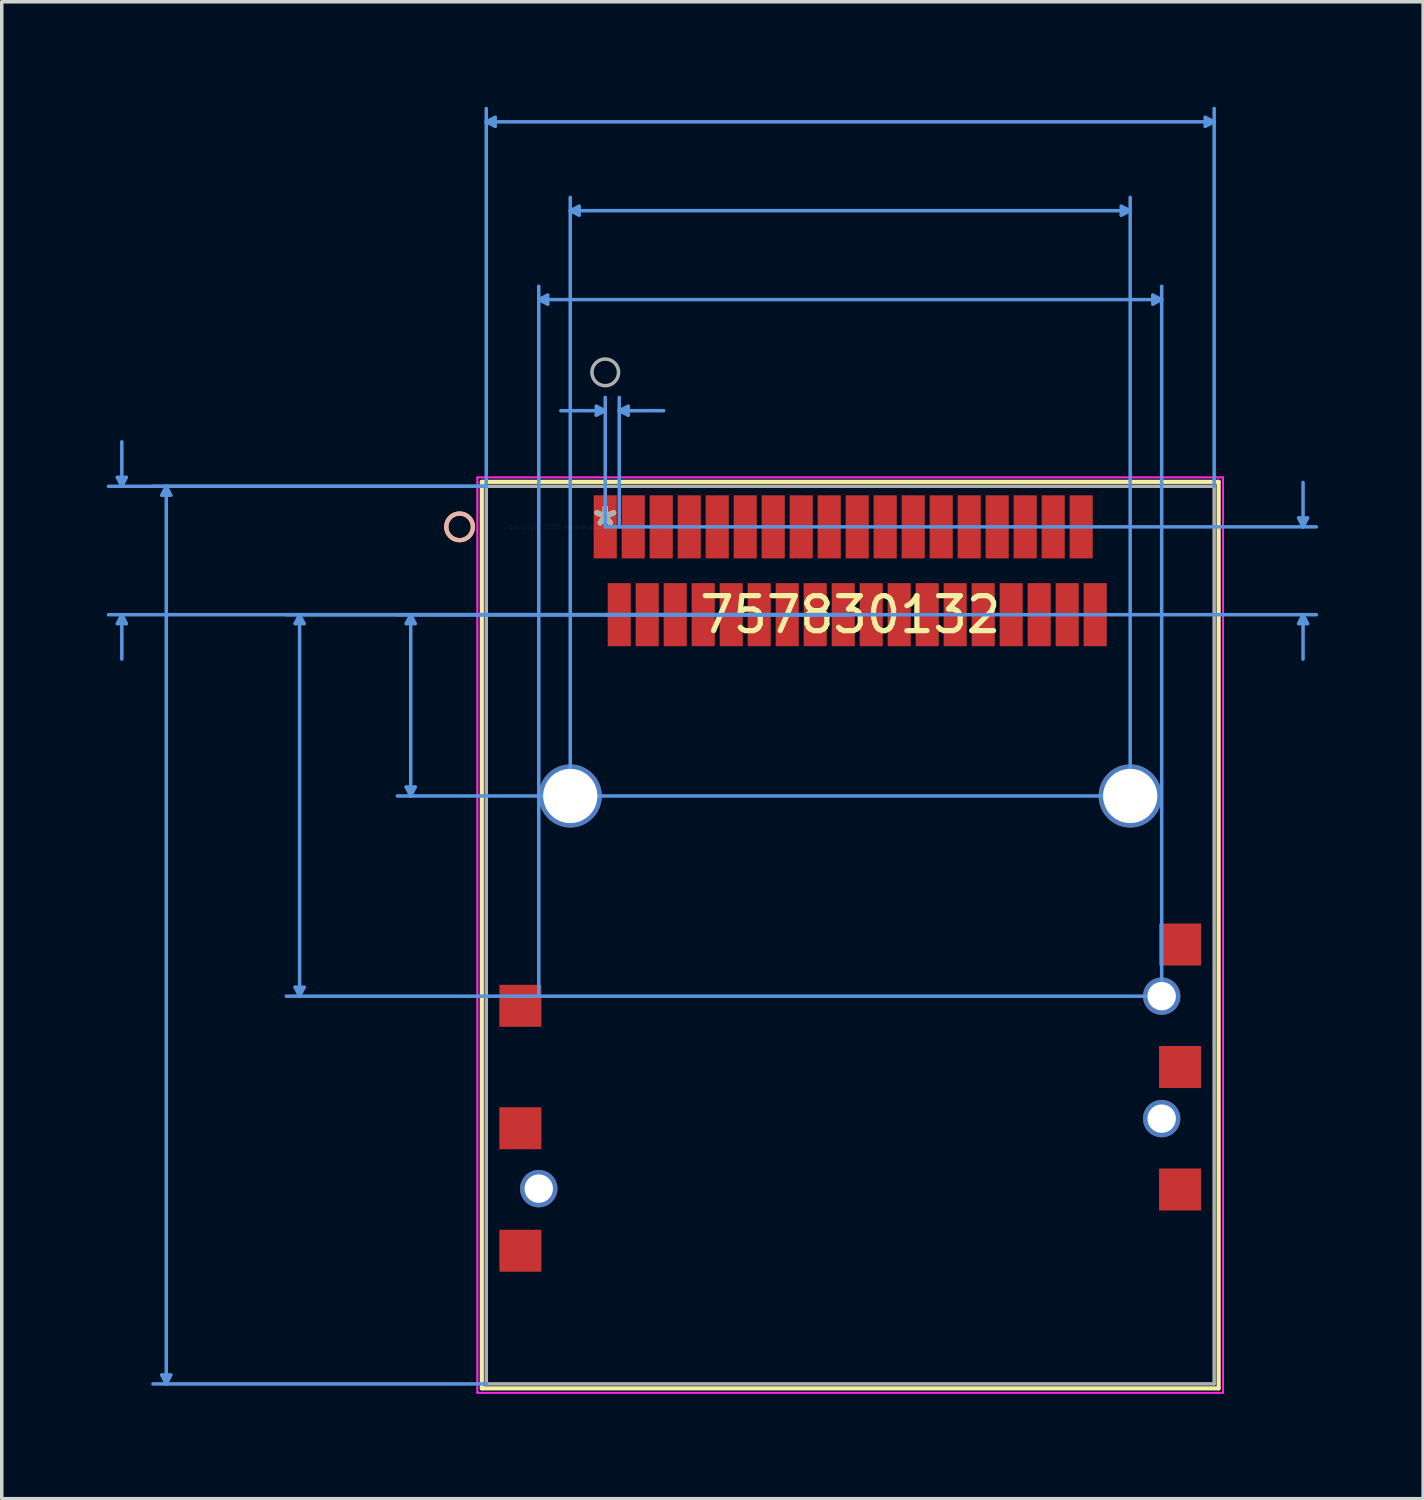
<source format=kicad_pcb>
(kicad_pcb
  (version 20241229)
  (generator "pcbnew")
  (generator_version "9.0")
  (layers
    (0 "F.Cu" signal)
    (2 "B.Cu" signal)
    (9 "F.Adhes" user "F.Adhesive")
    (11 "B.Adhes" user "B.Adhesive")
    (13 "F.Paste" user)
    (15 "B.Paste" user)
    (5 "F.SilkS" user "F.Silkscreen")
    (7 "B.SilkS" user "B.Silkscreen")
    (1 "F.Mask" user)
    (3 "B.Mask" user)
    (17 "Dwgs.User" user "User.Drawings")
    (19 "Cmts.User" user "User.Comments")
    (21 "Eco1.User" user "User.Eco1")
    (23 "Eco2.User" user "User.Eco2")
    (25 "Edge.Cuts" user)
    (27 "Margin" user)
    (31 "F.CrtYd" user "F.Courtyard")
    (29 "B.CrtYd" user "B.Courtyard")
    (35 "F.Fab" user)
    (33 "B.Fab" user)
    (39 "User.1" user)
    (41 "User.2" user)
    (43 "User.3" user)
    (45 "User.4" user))
  (footprint "757830132"
    (layer "F.Cu")
    (at 14.245 12.005)
    (property "Reference" "757830132" (at 7 2.51 0) (layer "F.SilkS") (effects (font (size 1 1) (thickness 0.15))))
    (attr through_hole)
    (fp_line (start -3.527 -1.287) (end -3.527 24.617) (stroke (width 0.12) (type solid)) (layer "F.SilkS"))
    (fp_line (start -3.527 24.617) (end 17.527 24.617) (stroke (width 0.12) (type solid)) (layer "F.SilkS"))
    (fp_line (start 17.527 -1.287) (end -3.527 -1.287) (stroke (width 0.12) (type solid)) (layer "F.SilkS"))
    (fp_line (start 17.527 24.617) (end 17.527 -1.287) (stroke (width 0.12) (type solid)) (layer "F.SilkS"))
    (fp_circle (center -4.162 0) (end -3.781 0) (stroke (width 0.12) (type solid)) (fill no) (layer "F.SilkS"))
    (fp_circle (center -4.162 0) (end -3.781 0) (stroke (width 0.12) (type solid)) (fill no) (layer "B.SilkS"))
    (fp_line (start -13.941 -1.414) (end -13.687 -1.414) (stroke (width 0.1) (type solid)) (layer "Cmts.User"))
    (fp_line (start -13.941 2.764) (end -13.687 2.764) (stroke (width 0.1) (type solid)) (layer "Cmts.User"))
    (fp_line (start -13.814 -1.16) (end -13.941 -1.414) (stroke (width 0.1) (type solid)) (layer "Cmts.User"))
    (fp_line (start -13.814 -1.16) (end -13.814 -2.43) (stroke (width 0.1) (type solid)) (layer "Cmts.User"))
    (fp_line (start -13.814 -1.16) (end -13.687 -1.414) (stroke (width 0.1) (type solid)) (layer "Cmts.User"))
    (fp_line (start -13.814 2.51) (end -13.941 2.764) (stroke (width 0.1) (type solid)) (layer "Cmts.User"))
    (fp_line (start -13.814 2.51) (end -13.814 3.78) (stroke (width 0.1) (type solid)) (layer "Cmts.User"))
    (fp_line (start -13.814 2.51) (end -13.687 2.764) (stroke (width 0.1) (type solid)) (layer "Cmts.User"))
    (fp_line (start -12.671 -0.906) (end -12.417 -0.906) (stroke (width 0.1) (type solid)) (layer "Cmts.User"))
    (fp_line (start -12.671 24.236) (end -12.417 24.236) (stroke (width 0.1) (type solid)) (layer "Cmts.User"))
    (fp_line (start -12.544 -1.16) (end -12.671 -0.906) (stroke (width 0.1) (type solid)) (layer "Cmts.User"))
    (fp_line (start -12.544 -1.16) (end -12.544 24.49) (stroke (width 0.1) (type solid)) (layer "Cmts.User"))
    (fp_line (start -12.544 -1.16) (end -12.417 -0.906) (stroke (width 0.1) (type solid)) (layer "Cmts.User"))
    (fp_line (start -12.544 24.49) (end -12.671 24.236) (stroke (width 0.1) (type solid)) (layer "Cmts.User"))
    (fp_line (start -12.544 24.49) (end -12.417 24.236) (stroke (width 0.1) (type solid)) (layer "Cmts.User"))
    (fp_line (start -8.861 2.764) (end -8.607 2.764) (stroke (width 0.1) (type solid)) (layer "Cmts.User"))
    (fp_line (start -8.861 13.156) (end -8.607 13.156) (stroke (width 0.1) (type solid)) (layer "Cmts.User"))
    (fp_line (start -8.734 2.51) (end -8.861 2.764) (stroke (width 0.1) (type solid)) (layer "Cmts.User"))
    (fp_line (start -8.734 2.51) (end -8.734 13.41) (stroke (width 0.1) (type solid)) (layer "Cmts.User"))
    (fp_line (start -8.734 2.51) (end -8.607 2.764) (stroke (width 0.1) (type solid)) (layer "Cmts.User"))
    (fp_line (start -8.734 13.41) (end -8.861 13.156) (stroke (width 0.1) (type solid)) (layer "Cmts.User"))
    (fp_line (start -8.734 13.41) (end -8.607 13.156) (stroke (width 0.1) (type solid)) (layer "Cmts.User"))
    (fp_line (start -5.686 2.764) (end -5.432 2.764) (stroke (width 0.1) (type solid)) (layer "Cmts.User"))
    (fp_line (start -5.686 7.436) (end -5.432 7.436) (stroke (width 0.1) (type solid)) (layer "Cmts.User"))
    (fp_line (start -5.559 2.51) (end -5.686 2.764) (stroke (width 0.1) (type solid)) (layer "Cmts.User"))
    (fp_line (start -5.559 2.51) (end -5.559 7.69) (stroke (width 0.1) (type solid)) (layer "Cmts.User"))
    (fp_line (start -5.559 2.51) (end -5.432 2.764) (stroke (width 0.1) (type solid)) (layer "Cmts.User"))
    (fp_line (start -5.559 7.69) (end -5.686 7.436) (stroke (width 0.1) (type solid)) (layer "Cmts.User"))
    (fp_line (start -5.559 7.69) (end -5.432 7.436) (stroke (width 0.1) (type solid)) (layer "Cmts.User"))
    (fp_line (start -3.4 -11.574) (end -3.146 -11.701) (stroke (width 0.1) (type solid)) (layer "Cmts.User"))
    (fp_line (start -3.4 -11.574) (end -3.146 -11.447) (stroke (width 0.1) (type solid)) (layer "Cmts.User"))
    (fp_line (start -3.4 -11.574) (end 17.4 -11.574) (stroke (width 0.1) (type solid)) (layer "Cmts.User"))
    (fp_line (start -3.4 -1.16) (end -14.195 -1.16) (stroke (width 0.1) (type solid)) (layer "Cmts.User"))
    (fp_line (start -3.4 -1.16) (end -12.925 -1.16) (stroke (width 0.1) (type solid)) (layer "Cmts.User"))
    (fp_line (start -3.4 -1.16) (end -3.4 -11.955) (stroke (width 0.1) (type solid)) (layer "Cmts.User"))
    (fp_line (start -3.4 24.49) (end -12.925 24.49) (stroke (width 0.1) (type solid)) (layer "Cmts.User"))
    (fp_line (start -3.146 -11.701) (end -3.146 -11.447) (stroke (width 0.1) (type solid)) (layer "Cmts.User"))
    (fp_line (start -1.9 -6.494) (end -1.646 -6.621) (stroke (width 0.1) (type solid)) (layer "Cmts.User"))
    (fp_line (start -1.9 -6.494) (end -1.646 -6.367) (stroke (width 0.1) (type solid)) (layer "Cmts.User"))
    (fp_line (start -1.9 -6.494) (end 15.9 -6.494) (stroke (width 0.1) (type solid)) (layer "Cmts.User"))
    (fp_line (start -1.9 13.41) (end -1.9 -6.875) (stroke (width 0.1) (type solid)) (layer "Cmts.User"))
    (fp_line (start -1.646 -6.621) (end -1.646 -6.367) (stroke (width 0.1) (type solid)) (layer "Cmts.User"))
    (fp_line (start -1 -9.034) (end -0.746 -9.161) (stroke (width 0.1) (type solid)) (layer "Cmts.User"))
    (fp_line (start -1 -9.034) (end -0.746 -8.907) (stroke (width 0.1) (type solid)) (layer "Cmts.User"))
    (fp_line (start -1 -9.034) (end 15 -9.034) (stroke (width 0.1) (type solid)) (layer "Cmts.User"))
    (fp_line (start -1 7.69) (end -1 -9.415) (stroke (width 0.1) (type solid)) (layer "Cmts.User"))
    (fp_line (start -0.746 -9.161) (end -0.746 -8.907) (stroke (width 0.1) (type solid)) (layer "Cmts.User"))
    (fp_line (start -0.254 -3.446) (end -0.254 -3.192) (stroke (width 0.1) (type solid)) (layer "Cmts.User"))
    (fp_line (start 0 -3.319) (end -1.27 -3.319) (stroke (width 0.1) (type solid)) (layer "Cmts.User"))
    (fp_line (start 0 -3.319) (end -0.254 -3.446) (stroke (width 0.1) (type solid)) (layer "Cmts.User"))
    (fp_line (start 0 -3.319) (end -0.254 -3.192) (stroke (width 0.1) (type solid)) (layer "Cmts.User"))
    (fp_line (start 0 0) (end 0 -3.7) (stroke (width 0.1) (type solid)) (layer "Cmts.User"))
    (fp_line (start 0 0) (end 20.321 0) (stroke (width 0.1) (type solid)) (layer "Cmts.User"))
    (fp_line (start 0 2.51) (end 20.321 2.51) (stroke (width 0.1) (type solid)) (layer "Cmts.User"))
    (fp_line (start 0.4 -3.319) (end 0.654 -3.446) (stroke (width 0.1) (type solid)) (layer "Cmts.User"))
    (fp_line (start 0.4 -3.319) (end 0.654 -3.192) (stroke (width 0.1) (type solid)) (layer "Cmts.User"))
    (fp_line (start 0.4 -3.319) (end 1.67 -3.319) (stroke (width 0.1) (type solid)) (layer "Cmts.User"))
    (fp_line (start 0.4 0) (end 0.4 -3.7) (stroke (width 0.1) (type solid)) (layer "Cmts.User"))
    (fp_line (start 0.654 -3.446) (end 0.654 -3.192) (stroke (width 0.1) (type solid)) (layer "Cmts.User"))
    (fp_line (start 7 2.51) (end -14.195 2.51) (stroke (width 0.1) (type solid)) (layer "Cmts.User"))
    (fp_line (start 7 2.51) (end -9.115 2.51) (stroke (width 0.1) (type solid)) (layer "Cmts.User"))
    (fp_line (start 7 2.51) (end -5.94 2.51) (stroke (width 0.1) (type solid)) (layer "Cmts.User"))
    (fp_line (start 14.746 -9.161) (end 14.746 -8.907) (stroke (width 0.1) (type solid)) (layer "Cmts.User"))
    (fp_line (start 15 -9.034) (end 14.746 -9.161) (stroke (width 0.1) (type solid)) (layer "Cmts.User"))
    (fp_line (start 15 -9.034) (end 14.746 -8.907) (stroke (width 0.1) (type solid)) (layer "Cmts.User"))
    (fp_line (start 15 7.69) (end -5.94 7.69) (stroke (width 0.1) (type solid)) (layer "Cmts.User"))
    (fp_line (start 15 7.69) (end 15 -9.415) (stroke (width 0.1) (type solid)) (layer "Cmts.User"))
    (fp_line (start 15.646 -6.621) (end 15.646 -6.367) (stroke (width 0.1) (type solid)) (layer "Cmts.User"))
    (fp_line (start 15.9 -6.494) (end 15.646 -6.621) (stroke (width 0.1) (type solid)) (layer "Cmts.User"))
    (fp_line (start 15.9 -6.494) (end 15.646 -6.367) (stroke (width 0.1) (type solid)) (layer "Cmts.User"))
    (fp_line (start 15.9 13.41) (end -9.115 13.41) (stroke (width 0.1) (type solid)) (layer "Cmts.User"))
    (fp_line (start 15.9 13.41) (end 15.9 -6.875) (stroke (width 0.1) (type solid)) (layer "Cmts.User"))
    (fp_line (start 17.146 -11.701) (end 17.146 -11.447) (stroke (width 0.1) (type solid)) (layer "Cmts.User"))
    (fp_line (start 17.4 -11.574) (end 17.146 -11.701) (stroke (width 0.1) (type solid)) (layer "Cmts.User"))
    (fp_line (start 17.4 -11.574) (end 17.146 -11.447) (stroke (width 0.1) (type solid)) (layer "Cmts.User"))
    (fp_line (start 17.4 -1.16) (end 17.4 -11.955) (stroke (width 0.1) (type solid)) (layer "Cmts.User"))
    (fp_line (start 19.813 -0.254) (end 20.067 -0.254) (stroke (width 0.1) (type solid)) (layer "Cmts.User"))
    (fp_line (start 19.813 2.764) (end 20.067 2.764) (stroke (width 0.1) (type solid)) (layer "Cmts.User"))
    (fp_line (start 19.94 0) (end 19.813 -0.254) (stroke (width 0.1) (type solid)) (layer "Cmts.User"))
    (fp_line (start 19.94 0) (end 19.94 -1.27) (stroke (width 0.1) (type solid)) (layer "Cmts.User"))
    (fp_line (start 19.94 0) (end 20.067 -0.254) (stroke (width 0.1) (type solid)) (layer "Cmts.User"))
    (fp_line (start 19.94 2.51) (end 19.813 2.764) (stroke (width 0.1) (type solid)) (layer "Cmts.User"))
    (fp_line (start 19.94 2.51) (end 19.94 3.78) (stroke (width 0.1) (type solid)) (layer "Cmts.User"))
    (fp_line (start 19.94 2.51) (end 20.067 2.764) (stroke (width 0.1) (type solid)) (layer "Cmts.User"))
    (fp_line (start -3.654 -1.414) (end -3.654 24.744) (stroke (width 0.05) (type solid)) (layer "F.CrtYd"))
    (fp_line (start -3.654 -1.414) (end -3.654 24.744) (stroke (width 0.05) (type solid)) (layer "F.CrtYd"))
    (fp_line (start -3.654 24.744) (end 17.654 24.744) (stroke (width 0.05) (type solid)) (layer "F.CrtYd"))
    (fp_line (start -3.654 24.744) (end 17.654 24.744) (stroke (width 0.05) (type solid)) (layer "F.CrtYd"))
    (fp_line (start 17.654 -1.414) (end -3.654 -1.414) (stroke (width 0.05) (type solid)) (layer "F.CrtYd"))
    (fp_line (start 17.654 -1.414) (end -3.654 -1.414) (stroke (width 0.05) (type solid)) (layer "F.CrtYd"))
    (fp_line (start 17.654 24.744) (end 17.654 -1.414) (stroke (width 0.05) (type solid)) (layer "F.CrtYd"))
    (fp_line (start 17.654 24.744) (end 17.654 -1.414) (stroke (width 0.05) (type solid)) (layer "F.CrtYd"))
    (fp_line (start -3.4 -1.16) (end -3.4 24.49) (stroke (width 0.1) (type solid)) (layer "F.Fab"))
    (fp_line (start -3.4 24.49) (end 17.4 24.49) (stroke (width 0.1) (type solid)) (layer "F.Fab"))
    (fp_line (start 17.4 -1.16) (end -3.4 -1.16) (stroke (width 0.1) (type solid)) (layer "F.Fab"))
    (fp_line (start 17.4 24.49) (end 17.4 -1.16) (stroke (width 0.1) (type solid)) (layer "F.Fab"))
    (fp_circle (center 0 -4.415) (end 0.381 -4.415) (stroke (width 0.1) (type solid)) (fill no) (layer "F.Fab"))
    (fp_text user "*" (at 0 0 0) (layer "F.SilkS") (effects (font (size 1 1) (thickness 0.15))))
    (fp_text user "Copyright 2021 Accelerated Designs. All rights reserved." (at 0 0 0) (layer "Cmts.User") (effects (font (size 0.127 0.127) (thickness 0.002))))
    (fp_text user "*" (at 0 0 0) (layer "F.Fab") (effects (font (size 1 1) (thickness 0.15))))
    (pad "1" smd rect (at 0 0) (size 0.66 1.803) (layers "F.Cu" "F.Mask" "F.Paste"))
    (pad "2" smd rect (at 0.4 2.51) (size 0.66 1.803) (layers "F.Cu" "F.Mask" "F.Paste"))
    (pad "3" smd rect (at 0.8 0) (size 0.66 1.803) (layers "F.Cu" "F.Mask" "F.Paste"))
    (pad "4" smd rect (at 1.2 2.51) (size 0.66 1.803) (layers "F.Cu" "F.Mask" "F.Paste"))
    (pad "5" smd rect (at 1.6 0) (size 0.66 1.803) (layers "F.Cu" "F.Mask" "F.Paste"))
    (pad "6" smd rect (at 2 2.51) (size 0.66 1.803) (layers "F.Cu" "F.Mask" "F.Paste"))
    (pad "7" smd rect (at 2.4 0) (size 0.66 1.803) (layers "F.Cu" "F.Mask" "F.Paste"))
    (pad "8" smd rect (at 2.8 2.51) (size 0.66 1.803) (layers "F.Cu" "F.Mask" "F.Paste"))
    (pad "9" smd rect (at 3.2 0) (size 0.66 1.803) (layers "F.Cu" "F.Mask" "F.Paste"))
    (pad "10" smd rect (at 3.6 2.51) (size 0.66 1.803) (layers "F.Cu" "F.Mask" "F.Paste"))
    (pad "11" smd rect (at 4 0) (size 0.66 1.803) (layers "F.Cu" "F.Mask" "F.Paste"))
    (pad "12" smd rect (at 4.4 2.51) (size 0.66 1.803) (layers "F.Cu" "F.Mask" "F.Paste"))
    (pad "13" smd rect (at 4.8 0) (size 0.66 1.803) (layers "F.Cu" "F.Mask" "F.Paste"))
    (pad "14" smd rect (at 5.2 2.51) (size 0.66 1.803) (layers "F.Cu" "F.Mask" "F.Paste"))
    (pad "15" smd rect (at 5.6 0) (size 0.66 1.803) (layers "F.Cu" "F.Mask" "F.Paste"))
    (pad "16" smd rect (at 6 2.51) (size 0.66 1.803) (layers "F.Cu" "F.Mask" "F.Paste"))
    (pad "17" smd rect (at 6.4 0) (size 0.66 1.803) (layers "F.Cu" "F.Mask" "F.Paste"))
    (pad "18" smd rect (at 6.8 2.51) (size 0.66 1.803) (layers "F.Cu" "F.Mask" "F.Paste"))
    (pad "19" smd rect (at 7.2 0) (size 0.66 1.803) (layers "F.Cu" "F.Mask" "F.Paste"))
    (pad "20" smd rect (at 7.6 2.51) (size 0.66 1.803) (layers "F.Cu" "F.Mask" "F.Paste"))
    (pad "21" smd rect (at 8 0) (size 0.66 1.803) (layers "F.Cu" "F.Mask" "F.Paste"))
    (pad "22" smd rect (at 8.4 2.51) (size 0.66 1.803) (layers "F.Cu" "F.Mask" "F.Paste"))
    (pad "23" smd rect (at 8.8 0) (size 0.66 1.803) (layers "F.Cu" "F.Mask" "F.Paste"))
    (pad "24" smd rect (at 9.2 2.51) (size 0.66 1.803) (layers "F.Cu" "F.Mask" "F.Paste"))
    (pad "25" smd rect (at 9.6 0) (size 0.66 1.803) (layers "F.Cu" "F.Mask" "F.Paste"))
    (pad "26" smd rect (at 10 2.51) (size 0.66 1.803) (layers "F.Cu" "F.Mask" "F.Paste"))
    (pad "27" smd rect (at 10.4 0) (size 0.66 1.803) (layers "F.Cu" "F.Mask" "F.Paste"))
    (pad "28" smd rect (at 10.8 2.51) (size 0.66 1.803) (layers "F.Cu" "F.Mask" "F.Paste"))
    (pad "29" smd rect (at 11.2 0) (size 0.66 1.803) (layers "F.Cu" "F.Mask" "F.Paste"))
    (pad "30" smd rect (at 11.6 2.51) (size 0.66 1.803) (layers "F.Cu" "F.Mask" "F.Paste"))
    (pad "31" smd rect (at 12 0) (size 0.66 1.803) (layers "F.Cu" "F.Mask" "F.Paste"))
    (pad "32" smd rect (at 12.4 2.51) (size 0.66 1.803) (layers "F.Cu" "F.Mask" "F.Paste"))
    (pad "33" smd rect (at 12.8 0) (size 0.66 1.803) (layers "F.Cu" "F.Mask" "F.Paste"))
    (pad "34" smd rect (at 13.2 2.51) (size 0.66 1.803) (layers "F.Cu" "F.Mask" "F.Paste"))
    (pad "35" smd rect (at 13.6 0) (size 0.66 1.803) (layers "F.Cu" "F.Mask" "F.Paste"))
    (pad "36" smd rect (at 14 2.51) (size 0.66 1.803) (layers "F.Cu" "F.Mask" "F.Paste"))
    (pad "37" thru_hole circle (at -1 7.69 90) (size 1.803 1.803) (drill 1.549) (layers "*.Cu" "*.Mask"))
    (pad "38" thru_hole circle (at 15 7.69 90) (size 1.803 1.803) (drill 1.549) (layers "*.Cu" "*.Mask"))
    (pad "39" thru_hole circle (at -1.9 18.91 90) (size 1.067 1.067) (drill 0.813) (layers "*.Cu" "*.Mask"))
    (pad "40" thru_hole circle (at 15.9 13.41 90) (size 1.067 1.067) (drill 0.813) (layers "*.Cu" "*.Mask"))
    (pad "40" thru_hole circle (at 15.9 16.91 90) (size 1.067 1.067) (drill 0.813) (layers "*.Cu" "*.Mask"))
    (pad "41" smd rect (at -2.425 13.685 90) (size 1.2 1.2) (layers "F.Cu" "F.Mask" "F.Paste"))
    (pad "42" smd rect (at 16.425 11.935 90) (size 1.2 1.2) (layers "F.Cu" "F.Mask" "F.Paste"))
    (pad "43" smd rect (at -2.425 17.185 90) (size 1.2 1.2) (layers "F.Cu" "F.Mask" "F.Paste"))
    (pad "44" smd rect (at 16.425 15.435 90) (size 1.2 1.2) (layers "F.Cu" "F.Mask" "F.Paste"))
    (pad "45" smd rect (at -2.425 20.685 90) (size 1.2 1.2) (layers "F.Cu" "F.Mask" "F.Paste"))
    (pad "46" smd rect (at 16.425 18.935 90) (size 1.2 1.2) (layers "F.Cu" "F.Mask" "F.Paste")))
  (gr_rect
    (start -3 -3)
    (end 37.616 39.774)
    (stroke (width 0.1) (type default))
    (fill no)
    (layer "Edge.Cuts")))
</source>
